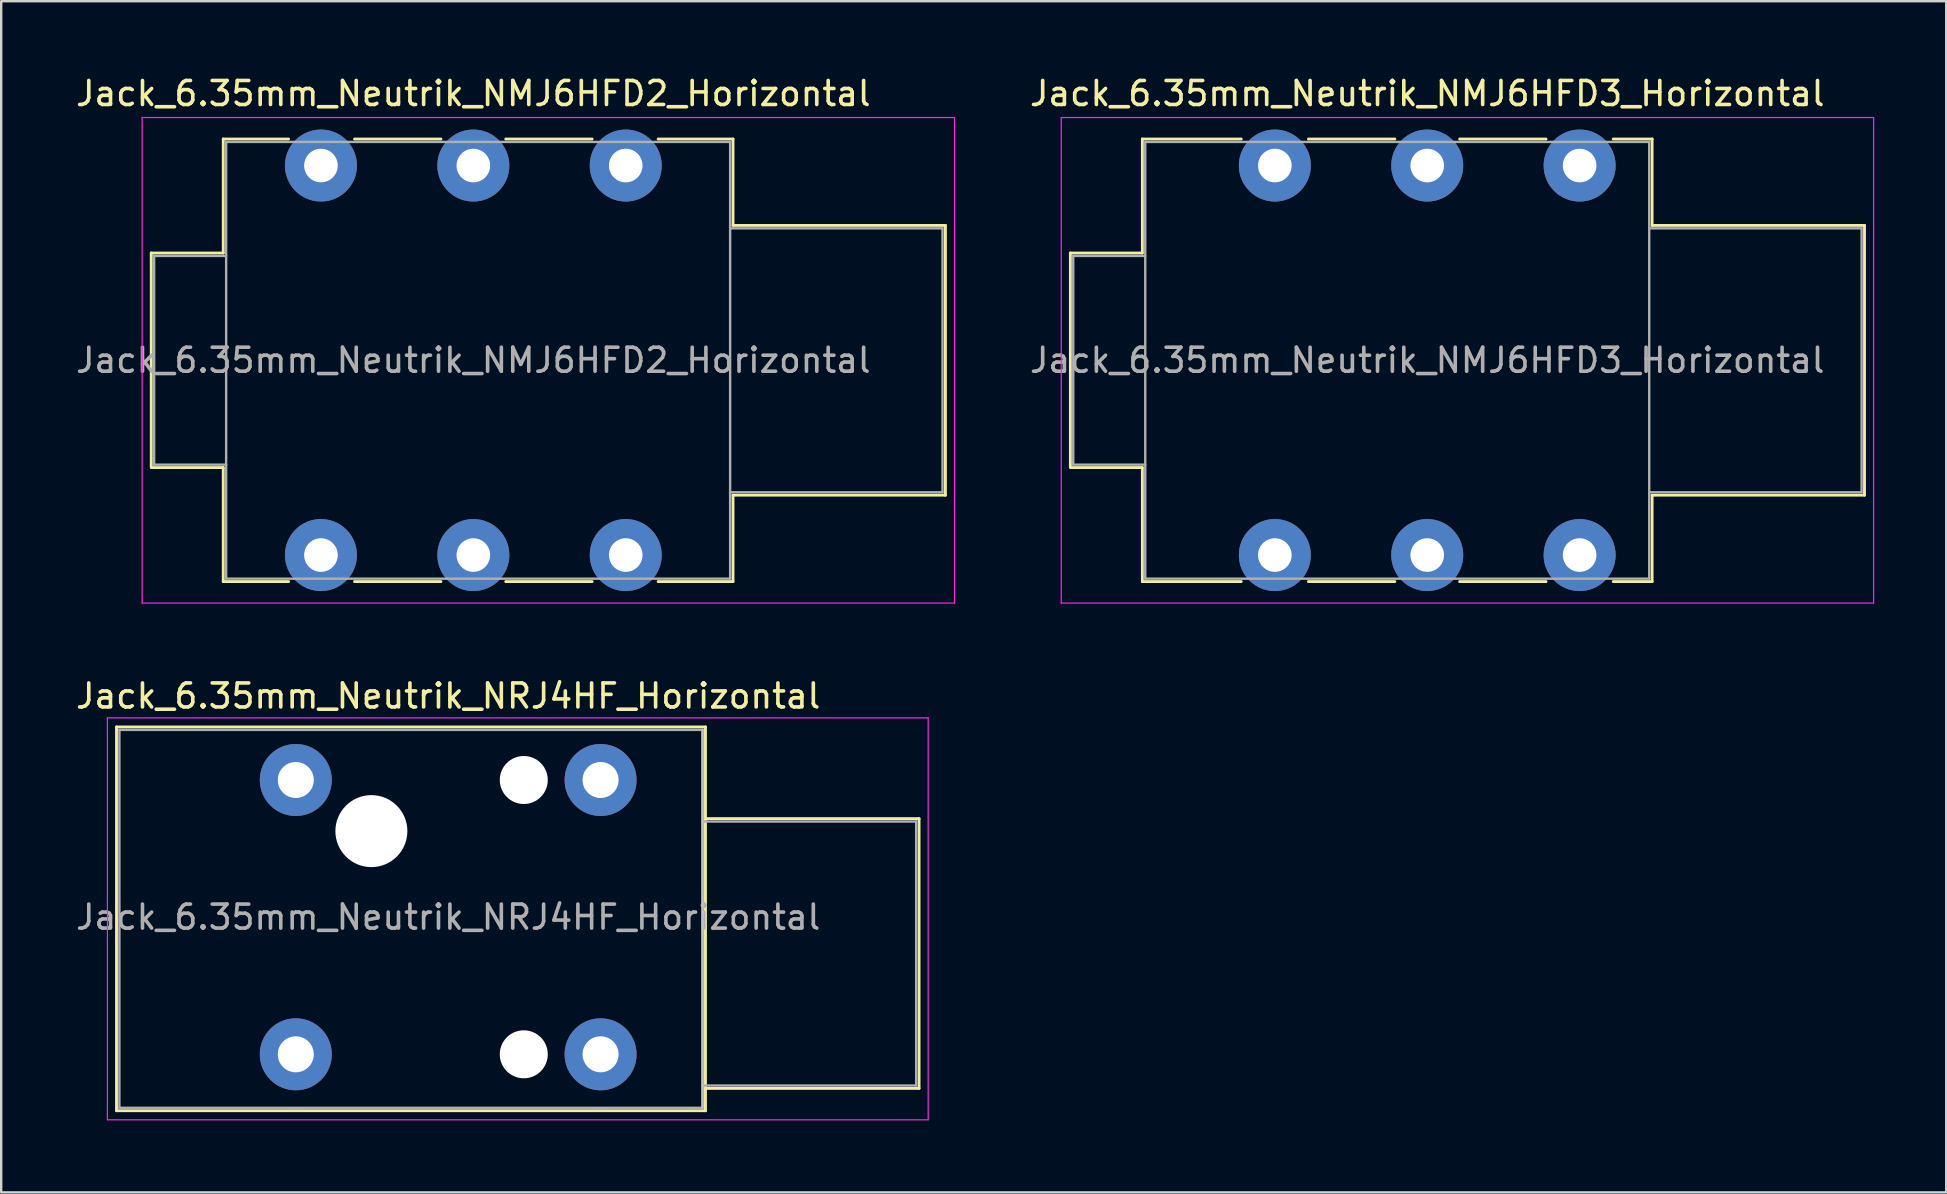
<source format=kicad_pcb>
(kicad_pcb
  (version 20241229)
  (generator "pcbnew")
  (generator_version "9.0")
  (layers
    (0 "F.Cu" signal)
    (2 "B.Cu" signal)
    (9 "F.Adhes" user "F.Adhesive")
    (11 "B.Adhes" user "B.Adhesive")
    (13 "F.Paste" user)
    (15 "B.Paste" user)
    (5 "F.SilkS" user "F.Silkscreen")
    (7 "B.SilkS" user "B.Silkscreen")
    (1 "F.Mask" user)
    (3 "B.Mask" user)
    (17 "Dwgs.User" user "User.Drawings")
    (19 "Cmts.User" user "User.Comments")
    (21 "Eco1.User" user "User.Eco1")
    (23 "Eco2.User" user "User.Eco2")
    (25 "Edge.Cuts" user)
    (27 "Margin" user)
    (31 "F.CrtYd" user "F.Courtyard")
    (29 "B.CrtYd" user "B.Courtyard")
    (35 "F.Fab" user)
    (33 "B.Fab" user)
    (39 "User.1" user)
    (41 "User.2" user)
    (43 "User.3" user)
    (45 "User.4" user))
  (footprint "Jack_6.35mm_Neutrik_NMJ6HFD3_Horizontal"
    (layer "F.Cu")
    (at 50.07 3.848)
    (property "Reference" "Jack_6.35mm_Neutrik_NMJ6HFD3_Horizontal" (at 6.35 -3 0) (layer "F.SilkS") (effects (font (size 1 1) (thickness 0.15))))
    (attr through_hole)
    (fp_line (start -8.52 3.645) (end -5.52 3.645) (stroke (width 0.12) (type solid)) (layer "F.SilkS"))
    (fp_line (start -8.52 12.545) (end -8.52 3.645) (stroke (width 0.12) (type solid)) (layer "F.SilkS"))
    (fp_line (start -8.52 12.585) (end -5.52 12.585) (stroke (width 0.12) (type solid)) (layer "F.SilkS"))
    (fp_line (start -5.52 -1.105) (end -1.4 -1.105) (stroke (width 0.12) (type solid)) (layer "F.SilkS"))
    (fp_line (start -5.52 3.645) (end -5.52 -1.105) (stroke (width 0.12) (type solid)) (layer "F.SilkS"))
    (fp_line (start -5.52 17.335) (end -5.52 12.585) (stroke (width 0.12) (type solid)) (layer "F.SilkS"))
    (fp_line (start -1.4 17.335) (end -5.52 17.335) (stroke (width 0.12) (type solid)) (layer "F.SilkS"))
    (fp_line (start 1.4 -1.105) (end 5 -1.105) (stroke (width 0.12) (type solid)) (layer "F.SilkS"))
    (fp_line (start 5 17.335) (end 1.4 17.335) (stroke (width 0.12) (type solid)) (layer "F.SilkS"))
    (fp_line (start 7.7 -1.105) (end 11.3 -1.105) (stroke (width 0.12) (type solid)) (layer "F.SilkS"))
    (fp_line (start 11.3 17.335) (end 7.7 17.335) (stroke (width 0.12) (type solid)) (layer "F.SilkS"))
    (fp_line (start 15.72 -1.105) (end 14.1 -1.105) (stroke (width 0.12) (type solid)) (layer "F.SilkS"))
    (fp_line (start 15.72 2.495) (end 15.72 -1.105) (stroke (width 0.12) (type solid)) (layer "F.SilkS"))
    (fp_line (start 15.72 2.495) (end 24.57 2.495) (stroke (width 0.12) (type solid)) (layer "F.SilkS"))
    (fp_line (start 15.72 13.735) (end 24.57 13.735) (stroke (width 0.12) (type solid)) (layer "F.SilkS"))
    (fp_line (start 15.72 17.335) (end 14.1 17.335) (stroke (width 0.12) (type solid)) (layer "F.SilkS"))
    (fp_line (start 15.72 17.335) (end 15.72 13.735) (stroke (width 0.12) (type solid)) (layer "F.SilkS"))
    (fp_line (start 24.57 13.735) (end 24.57 2.495) (stroke (width 0.12) (type solid)) (layer "F.SilkS"))
    (fp_line (start -8.9 18.23) (end -8.9 -2) (stroke (width 0.05) (type solid)) (layer "F.CrtYd"))
    (fp_line (start -8.9 18.23) (end 24.95 18.23) (stroke (width 0.05) (type solid)) (layer "F.CrtYd"))
    (fp_line (start 24.95 -2) (end -8.9 -2) (stroke (width 0.05) (type solid)) (layer "F.CrtYd"))
    (fp_line (start 24.95 18.23) (end 24.95 -2) (stroke (width 0.05) (type solid)) (layer "F.CrtYd"))
    (fp_line (start -8.4 3.765) (end -5.4 3.765) (stroke (width 0.1) (type solid)) (layer "F.Fab"))
    (fp_line (start -8.4 12.465) (end -8.4 3.765) (stroke (width 0.1) (type solid)) (layer "F.Fab"))
    (fp_line (start -8.4 12.465) (end -5.4 12.465) (stroke (width 0.1) (type solid)) (layer "F.Fab"))
    (fp_line (start -5.4 17.215) (end -5.4 -0.985) (stroke (width 0.1) (type solid)) (layer "F.Fab"))
    (fp_line (start 15.6 -0.985) (end -5.4 -0.985) (stroke (width 0.1) (type solid)) (layer "F.Fab"))
    (fp_line (start 15.6 17.215) (end -5.4 17.215) (stroke (width 0.1) (type solid)) (layer "F.Fab"))
    (fp_line (start 15.6 17.215) (end 15.6 -0.985) (stroke (width 0.1) (type solid)) (layer "F.Fab"))
    (fp_line (start 24.45 2.615) (end 15.6 2.615) (stroke (width 0.1) (type solid)) (layer "F.Fab"))
    (fp_line (start 24.45 13.615) (end 15.6 13.615) (stroke (width 0.1) (type solid)) (layer "F.Fab"))
    (fp_line (start 24.45 13.615) (end 24.45 2.615) (stroke (width 0.1) (type solid)) (layer "F.Fab"))
    (fp_text user "${REFERENCE}" (at 6.35 8.115 0) (layer "F.Fab") (effects (font (size 1 1) (thickness 0.15))))
    (pad "R" thru_hole circle (at 6.35 0) (size 3 3) (drill 1.4) (layers "*.Cu" "*.Mask"))
    (pad "RN" thru_hole circle (at 6.35 16.23) (size 3 3) (drill 1.4) (layers "*.Cu" "*.Mask"))
    (pad "S" thru_hole circle (at 12.7 0) (size 3 3) (drill 1.4) (layers "*.Cu" "*.Mask"))
    (pad "SN" thru_hole circle (at 12.7 16.23) (size 3 3) (drill 1.4) (layers "*.Cu" "*.Mask"))
    (pad "T" thru_hole circle (at 0 0) (size 3 3) (drill 1.4) (layers "*.Cu" "*.Mask"))
    (pad "TN" thru_hole circle (at 0 16.23) (size 3 3) (drill 1.4) (layers "*.Cu" "*.Mask")))
  (footprint "Jack_6.35mm_Neutrik_NRJ4HF_Horizontal"
    (layer "F.Cu")
    (at 9.275 29.451)
    (property "Reference" "Jack_6.35mm_Neutrik_NRJ4HF_Horizontal" (at 6.35 -3.5 0) (layer "F.SilkS") (effects (font (size 1 1) (thickness 0.15))))
    (attr through_hole)
    (fp_line (start -7.47 -2.21) (end 17.07 -2.21) (stroke (width 0.12) (type solid)) (layer "F.SilkS"))
    (fp_line (start -7.47 13.78) (end -7.47 -2.21) (stroke (width 0.12) (type solid)) (layer "F.SilkS"))
    (fp_line (start -7.47 13.78) (end 17.07 13.78) (stroke (width 0.12) (type solid)) (layer "F.SilkS"))
    (fp_line (start 17.07 -2.21) (end 17.07 13.78) (stroke (width 0.12) (type solid)) (layer "F.SilkS"))
    (fp_line (start 25.97 1.61) (end 17.07 1.61) (stroke (width 0.12) (type solid)) (layer "F.SilkS"))
    (fp_line (start 25.97 12.85) (end 17.07 12.85) (stroke (width 0.12) (type solid)) (layer "F.SilkS"))
    (fp_line (start 25.97 12.85) (end 25.97 1.61) (stroke (width 0.12) (type solid)) (layer "F.SilkS"))
    (fp_line (start 16.95 -2.09) (end 16.95 13.66) (stroke (width 0.1) (type solid)) (layer "Dwgs.User"))
    (fp_line (start -7.85 14.16) (end -7.85 -2.59) (stroke (width 0.05) (type solid)) (layer "F.CrtYd"))
    (fp_line (start -7.85 14.16) (end 26.35 14.16) (stroke (width 0.05) (type solid)) (layer "F.CrtYd"))
    (fp_line (start 26.35 -2.59) (end -7.85 -2.59) (stroke (width 0.05) (type solid)) (layer "F.CrtYd"))
    (fp_line (start 26.35 14.16) (end 26.35 -2.59) (stroke (width 0.05) (type solid)) (layer "F.CrtYd"))
    (fp_line (start -7.35 -2.09) (end 16.95 -2.09) (stroke (width 0.1) (type solid)) (layer "F.Fab"))
    (fp_line (start -7.35 13.66) (end -7.35 -2.09) (stroke (width 0.1) (type solid)) (layer "F.Fab"))
    (fp_line (start 16.95 -2.09) (end 16.95 13.66) (stroke (width 0.1) (type solid)) (layer "F.Fab"))
    (fp_line (start 16.95 12.73) (end 25.85 12.73) (stroke (width 0.1) (type solid)) (layer "F.Fab"))
    (fp_line (start 16.95 13.66) (end -7.35 13.66) (stroke (width 0.1) (type solid)) (layer "F.Fab"))
    (fp_line (start 25.85 1.73) (end 16.95 1.73) (stroke (width 0.1) (type solid)) (layer "F.Fab"))
    (fp_line (start 25.85 12.73) (end 25.85 1.73) (stroke (width 0.1) (type solid)) (layer "F.Fab"))
    (fp_text user "${REFERENCE}" (at 6.35 5.715 0) (layer "F.Fab") (effects (font (size 1 1) (thickness 0.15))))
    (pad "" np_thru_hole circle (at 3.15 2.13) (size 3 3) (drill 3) (layers "*.Cu" "*.Mask"))
    (pad "" np_thru_hole circle (at 9.5 0) (size 2 2) (drill 2) (layers "*.Cu" "*.Mask"))
    (pad "" np_thru_hole circle (at 9.5 11.43) (size 2 2) (drill 2) (layers "*.Cu" "*.Mask"))
    (pad "S" thru_hole circle (at 12.7 0) (size 3 3) (drill 1.5) (layers "*.Cu" "*.Mask"))
    (pad "SN" thru_hole circle (at 12.7 11.43) (size 3 3) (drill 1.5) (layers "*.Cu" "*.Mask"))
    (pad "T" thru_hole circle (at 0 0) (size 3 3) (drill 1.5) (layers "*.Cu" "*.Mask"))
    (pad "TN" thru_hole circle (at 0 11.43) (size 3 3) (drill 1.5) (layers "*.Cu" "*.Mask")))
  (footprint "Jack_6.35mm_Neutrik_NMJ6HFD2_Horizontal"
    (layer "F.Cu")
    (at 10.323 3.848)
    (property "Reference" "Jack_6.35mm_Neutrik_NMJ6HFD2_Horizontal" (at 6.35 -3 0) (layer "F.SilkS") (effects (font (size 1 1) (thickness 0.15))))
    (attr through_hole)
    (fp_line (start -7.07 3.645) (end -4.07 3.645) (stroke (width 0.12) (type solid)) (layer "F.SilkS"))
    (fp_line (start -7.07 12.545) (end -7.07 3.645) (stroke (width 0.12) (type solid)) (layer "F.SilkS"))
    (fp_line (start -7.07 12.585) (end -4.07 12.585) (stroke (width 0.12) (type solid)) (layer "F.SilkS"))
    (fp_line (start -4.07 -1.105) (end -1.35 -1.105) (stroke (width 0.12) (type solid)) (layer "F.SilkS"))
    (fp_line (start -4.07 3.645) (end -4.07 -1.105) (stroke (width 0.12) (type solid)) (layer "F.SilkS"))
    (fp_line (start -4.07 17.335) (end -4.07 12.585) (stroke (width 0.12) (type solid)) (layer "F.SilkS"))
    (fp_line (start -1.35 17.335) (end -4.07 17.335) (stroke (width 0.12) (type solid)) (layer "F.SilkS"))
    (fp_line (start 1.4 -1.105) (end 5 -1.105) (stroke (width 0.12) (type solid)) (layer "F.SilkS"))
    (fp_line (start 5 17.335) (end 1.4 17.335) (stroke (width 0.12) (type solid)) (layer "F.SilkS"))
    (fp_line (start 7.7 -1.105) (end 11.3 -1.105) (stroke (width 0.12) (type solid)) (layer "F.SilkS"))
    (fp_line (start 11.3 17.335) (end 7.7 17.335) (stroke (width 0.12) (type solid)) (layer "F.SilkS"))
    (fp_line (start 17.17 -1.105) (end 14.05 -1.105) (stroke (width 0.12) (type solid)) (layer "F.SilkS"))
    (fp_line (start 17.17 2.495) (end 17.17 -1.105) (stroke (width 0.12) (type solid)) (layer "F.SilkS"))
    (fp_line (start 17.17 2.495) (end 26.02 2.495) (stroke (width 0.12) (type solid)) (layer "F.SilkS"))
    (fp_line (start 17.17 13.735) (end 26.02 13.735) (stroke (width 0.12) (type solid)) (layer "F.SilkS"))
    (fp_line (start 17.17 17.335) (end 14.05 17.335) (stroke (width 0.12) (type solid)) (layer "F.SilkS"))
    (fp_line (start 17.17 17.335) (end 17.17 13.735) (stroke (width 0.12) (type solid)) (layer "F.SilkS"))
    (fp_line (start 26.02 13.735) (end 26.02 2.495) (stroke (width 0.12) (type solid)) (layer "F.SilkS"))
    (fp_line (start -7.45 18.23) (end -7.45 -2) (stroke (width 0.05) (type solid)) (layer "F.CrtYd"))
    (fp_line (start -7.45 18.23) (end 26.4 18.23) (stroke (width 0.05) (type solid)) (layer "F.CrtYd"))
    (fp_line (start 26.4 -2) (end -7.45 -2) (stroke (width 0.05) (type solid)) (layer "F.CrtYd"))
    (fp_line (start 26.4 18.23) (end 26.4 -2) (stroke (width 0.05) (type solid)) (layer "F.CrtYd"))
    (fp_line (start -6.95 3.765) (end -3.95 3.765) (stroke (width 0.1) (type solid)) (layer "F.Fab"))
    (fp_line (start -6.95 12.465) (end -6.95 3.765) (stroke (width 0.1) (type solid)) (layer "F.Fab"))
    (fp_line (start -6.95 12.465) (end -3.95 12.465) (stroke (width 0.1) (type solid)) (layer "F.Fab"))
    (fp_line (start -3.95 17.215) (end -3.95 -0.985) (stroke (width 0.1) (type solid)) (layer "F.Fab"))
    (fp_line (start 17.05 -0.985) (end -3.95 -0.985) (stroke (width 0.1) (type solid)) (layer "F.Fab"))
    (fp_line (start 17.05 17.215) (end -3.95 17.215) (stroke (width 0.1) (type solid)) (layer "F.Fab"))
    (fp_line (start 17.05 17.215) (end 17.05 -0.985) (stroke (width 0.1) (type solid)) (layer "F.Fab"))
    (fp_line (start 25.9 2.615) (end 17.05 2.615) (stroke (width 0.1) (type solid)) (layer "F.Fab"))
    (fp_line (start 25.9 13.615) (end 17.05 13.615) (stroke (width 0.1) (type solid)) (layer "F.Fab"))
    (fp_line (start 25.9 13.615) (end 25.9 2.615) (stroke (width 0.1) (type solid)) (layer "F.Fab"))
    (fp_text user "${REFERENCE}" (at 6.35 8.115 0) (layer "F.Fab") (effects (font (size 1 1) (thickness 0.15))))
    (pad "R" thru_hole circle (at 6.35 0) (size 3 3) (drill 1.4) (layers "*.Cu" "*.Mask"))
    (pad "RN" thru_hole circle (at 6.35 16.23) (size 3 3) (drill 1.4) (layers "*.Cu" "*.Mask"))
    (pad "S" thru_hole circle (at 12.7 0) (size 3 3) (drill 1.4) (layers "*.Cu" "*.Mask"))
    (pad "SN" thru_hole circle (at 12.7 16.23) (size 3 3) (drill 1.4) (layers "*.Cu" "*.Mask"))
    (pad "T" thru_hole circle (at 0 0) (size 3 3) (drill 1.4) (layers "*.Cu" "*.Mask"))
    (pad "TN" thru_hole circle (at 0 16.23) (size 3 3) (drill 1.4) (layers "*.Cu" "*.Mask")))
  (gr_rect
    (start -3 -3)
    (end 78.045 46.636)
    (stroke (width 0.1) (type default))
    (fill no)
    (layer "Edge.Cuts")))
</source>
